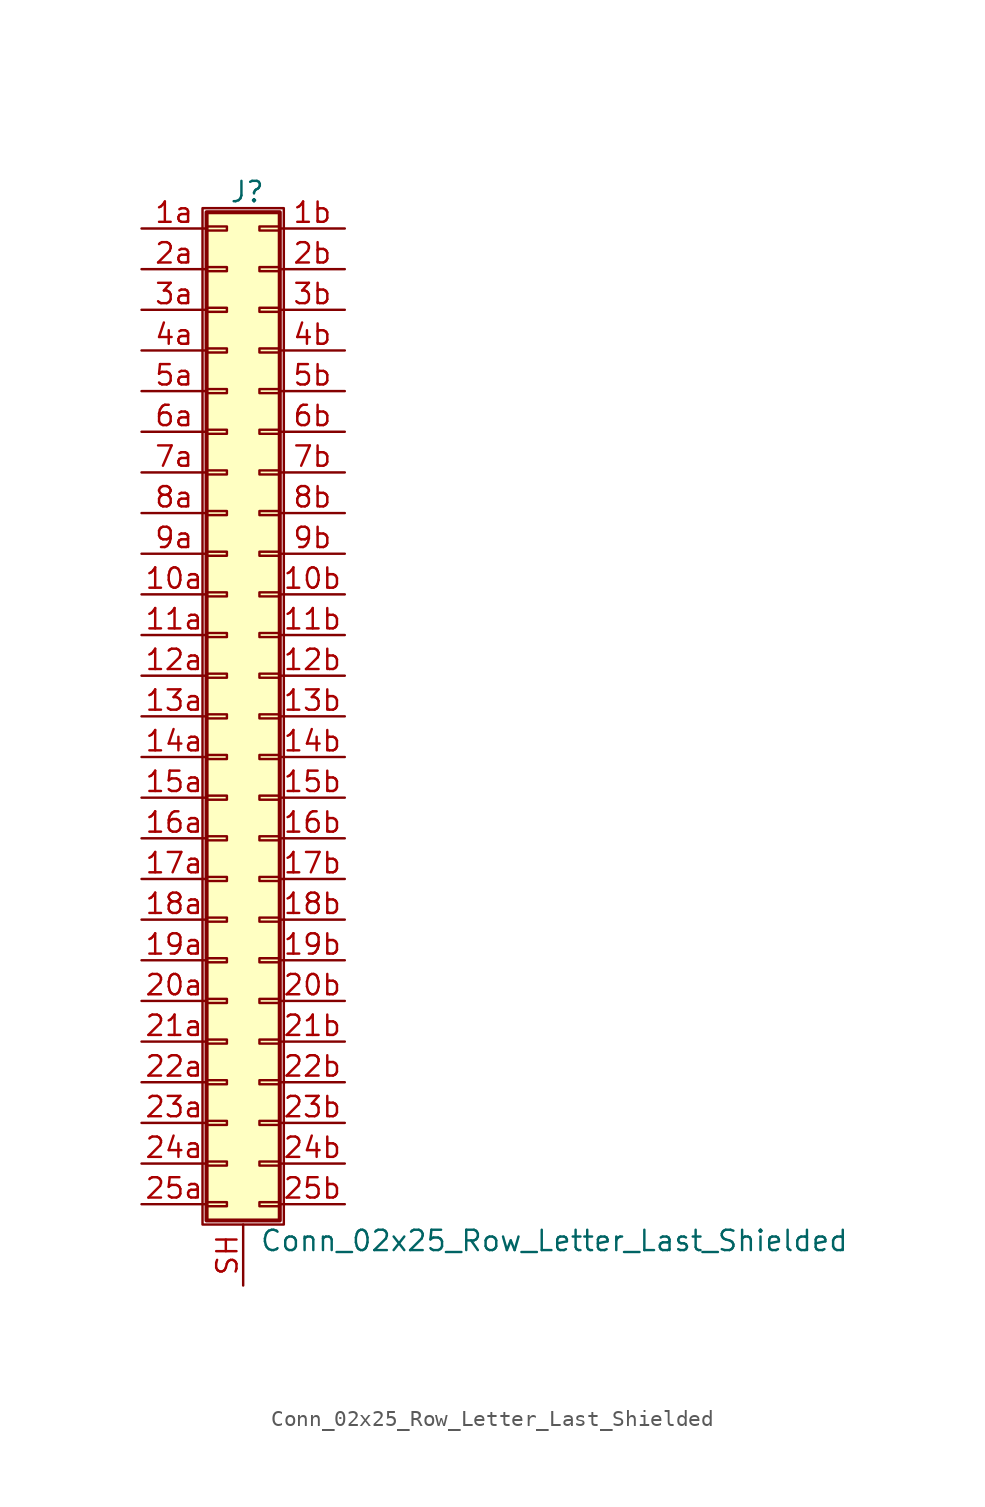
<source format=kicad_sym>
(kicad_symbol_lib
  (version 20201005)
  (generator kicad_symbol_editor)
  (symbol "Conn_02x25_Row_Letter_Last_Shielded"
    (pin_names
      (offset 1.016) hide)
    (property "Reference" "J"
      (at 1.524 32.766 0)
      (effects (font (size 1.27 1.27))))
    (property "Value" "Conn_02x25_Row_Letter_Last_Shielded"
      (at 2.286 -32.766 0)
      (effects (font (size 1.27 1.27)) (justify left)))
    (symbol "Conn_02x25_Row_Letter_Last_Shielded_1_1"
      (rectangle (start -1.27 31.75) (end 3.81 -31.75) (stroke (width 0.152)) (fill (type none)))
      (rectangle (start -1.016 -30.353) (end 0.254 -30.607) (stroke (width 0.152)) (fill (type none)))
      (rectangle (start -1.016 -27.813) (end 0.254 -28.067) (stroke (width 0.152)) (fill (type none)))
      (rectangle (start -1.016 -25.273) (end 0.254 -25.527) (stroke (width 0.152)) (fill (type none)))
      (rectangle (start -1.016 -22.733) (end 0.254 -22.987) (stroke (width 0.152)) (fill (type none)))
      (rectangle (start -1.016 -20.193) (end 0.254 -20.447) (stroke (width 0.152)) (fill (type none)))
      (rectangle (start -1.016 -17.653) (end 0.254 -17.907) (stroke (width 0.152)) (fill (type none)))
      (rectangle (start -1.016 -15.113) (end 0.254 -15.367) (stroke (width 0.152)) (fill (type none)))
      (rectangle (start -1.016 -12.573) (end 0.254 -12.827) (stroke (width 0.152)) (fill (type none)))
      (rectangle (start -1.016 -10.033) (end 0.254 -10.287) (stroke (width 0.152)) (fill (type none)))
      (rectangle (start -1.016 -7.493) (end 0.254 -7.747) (stroke (width 0.152)) (fill (type none)))
      (rectangle (start -1.016 -4.953) (end 0.254 -5.207) (stroke (width 0.152)) (fill (type none)))
      (rectangle (start -1.016 -2.413) (end 0.254 -2.667) (stroke (width 0.152)) (fill (type none)))
      (rectangle (start -1.016 0.127) (end 0.254 -0.127) (stroke (width 0.152)) (fill (type none)))
      (rectangle (start -1.016 2.667) (end 0.254 2.413) (stroke (width 0.152)) (fill (type none)))
      (rectangle (start -1.016 5.207) (end 0.254 4.953) (stroke (width 0.152)) (fill (type none)))
      (rectangle (start -1.016 7.747) (end 0.254 7.493) (stroke (width 0.152)) (fill (type none)))
      (rectangle (start -1.016 10.287) (end 0.254 10.033) (stroke (width 0.152)) (fill (type none)))
      (rectangle (start -1.016 12.827) (end 0.254 12.573) (stroke (width 0.152)) (fill (type none)))
      (rectangle (start -1.016 15.367) (end 0.254 15.113) (stroke (width 0.152)) (fill (type none)))
      (rectangle (start -1.016 17.907) (end 0.254 17.653) (stroke (width 0.152)) (fill (type none)))
      (rectangle (start -1.016 20.447) (end 0.254 20.193) (stroke (width 0.152)) (fill (type none)))
      (rectangle (start -1.016 22.987) (end 0.254 22.733) (stroke (width 0.152)) (fill (type none)))
      (rectangle (start -1.016 25.527) (end 0.254 25.273) (stroke (width 0.152)) (fill (type none)))
      (rectangle (start -1.016 28.067) (end 0.254 27.813) (stroke (width 0.152)) (fill (type none)))
      (rectangle (start -1.016 30.607) (end 0.254 30.353) (stroke (width 0.152)) (fill (type none)))
      (rectangle (start 3.556 -30.353) (end 2.286 -30.607) (stroke (width 0.152)) (fill (type none)))
      (rectangle (start 3.556 -27.813) (end 2.286 -28.067) (stroke (width 0.152)) (fill (type none)))
      (rectangle (start 3.556 -25.273) (end 2.286 -25.527) (stroke (width 0.152)) (fill (type none)))
      (rectangle (start 3.556 -22.733) (end 2.286 -22.987) (stroke (width 0.152)) (fill (type none)))
      (rectangle (start 3.556 -20.193) (end 2.286 -20.447) (stroke (width 0.152)) (fill (type none)))
      (rectangle (start 3.556 -17.653) (end 2.286 -17.907) (stroke (width 0.152)) (fill (type none)))
      (rectangle (start 3.556 -15.113) (end 2.286 -15.367) (stroke (width 0.152)) (fill (type none)))
      (rectangle (start 3.556 -12.573) (end 2.286 -12.827) (stroke (width 0.152)) (fill (type none)))
      (rectangle (start 3.556 -10.033) (end 2.286 -10.287) (stroke (width 0.152)) (fill (type none)))
      (rectangle (start 3.556 -7.493) (end 2.286 -7.747) (stroke (width 0.152)) (fill (type none)))
      (rectangle (start 3.556 -4.953) (end 2.286 -5.207) (stroke (width 0.152)) (fill (type none)))
      (rectangle (start 3.556 -2.413) (end 2.286 -2.667) (stroke (width 0.152)) (fill (type none)))
      (rectangle (start 3.556 0.127) (end 2.286 -0.127) (stroke (width 0.152)) (fill (type none)))
      (rectangle (start 3.556 2.667) (end 2.286 2.413) (stroke (width 0.152)) (fill (type none)))
      (rectangle (start 3.556 5.207) (end 2.286 4.953) (stroke (width 0.152)) (fill (type none)))
      (rectangle (start 3.556 7.747) (end 2.286 7.493) (stroke (width 0.152)) (fill (type none)))
      (rectangle (start 3.556 10.287) (end 2.286 10.033) (stroke (width 0.152)) (fill (type none)))
      (rectangle (start 3.556 12.827) (end 2.286 12.573) (stroke (width 0.152)) (fill (type none)))
      (rectangle (start 3.556 15.367) (end 2.286 15.113) (stroke (width 0.152)) (fill (type none)))
      (rectangle (start 3.556 17.907) (end 2.286 17.653) (stroke (width 0.152)) (fill (type none)))
      (rectangle (start 3.556 20.447) (end 2.286 20.193) (stroke (width 0.152)) (fill (type none)))
      (rectangle (start 3.556 22.987) (end 2.286 22.733) (stroke (width 0.152)) (fill (type none)))
      (rectangle (start 3.556 25.527) (end 2.286 25.273) (stroke (width 0.152)) (fill (type none)))
      (rectangle (start 3.556 28.067) (end 2.286 27.813) (stroke (width 0.152)) (fill (type none)))
      (rectangle (start 3.556 30.607) (end 2.286 30.353) (stroke (width 0.152)) (fill (type none)))
      (rectangle (start -1.016 31.496) (end 3.556 -31.496) (stroke (width 0.254)) (fill (type background)))
      (pin passive line (at -5.08 7.62 0) (length 4.064) (name "Pin_10a" (effects (font (size 1.27 1.27)))) (number "10a" (effects (font (size 1.27 1.27)))))
      (pin passive line (at 7.62 7.62 180) (length 4.064) (name "Pin_10b" (effects (font (size 1.27 1.27)))) (number "10b" (effects (font (size 1.27 1.27)))))
      (pin passive line (at -5.08 5.08 0) (length 4.064) (name "Pin_11a" (effects (font (size 1.27 1.27)))) (number "11a" (effects (font (size 1.27 1.27)))))
      (pin passive line (at 7.62 5.08 180) (length 4.064) (name "Pin_11b" (effects (font (size 1.27 1.27)))) (number "11b" (effects (font (size 1.27 1.27)))))
      (pin passive line (at -5.08 2.54 0) (length 4.064) (name "Pin_12a" (effects (font (size 1.27 1.27)))) (number "12a" (effects (font (size 1.27 1.27)))))
      (pin passive line (at 7.62 2.54 180) (length 4.064) (name "Pin_12b" (effects (font (size 1.27 1.27)))) (number "12b" (effects (font (size 1.27 1.27)))))
      (pin passive line (at -5.08 0 0) (length 4.064) (name "Pin_13a" (effects (font (size 1.27 1.27)))) (number "13a" (effects (font (size 1.27 1.27)))))
      (pin passive line (at 7.62 0 180) (length 4.064) (name "Pin_13b" (effects (font (size 1.27 1.27)))) (number "13b" (effects (font (size 1.27 1.27)))))
      (pin passive line (at -5.08 -2.54 0) (length 4.064) (name "Pin_14a" (effects (font (size 1.27 1.27)))) (number "14a" (effects (font (size 1.27 1.27)))))
      (pin passive line (at 7.62 -2.54 180) (length 4.064) (name "Pin_14b" (effects (font (size 1.27 1.27)))) (number "14b" (effects (font (size 1.27 1.27)))))
      (pin passive line (at -5.08 -5.08 0) (length 4.064) (name "Pin_15a" (effects (font (size 1.27 1.27)))) (number "15a" (effects (font (size 1.27 1.27)))))
      (pin passive line (at 7.62 -5.08 180) (length 4.064) (name "Pin_15b" (effects (font (size 1.27 1.27)))) (number "15b" (effects (font (size 1.27 1.27)))))
      (pin passive line (at -5.08 -7.62 0) (length 4.064) (name "Pin_16a" (effects (font (size 1.27 1.27)))) (number "16a" (effects (font (size 1.27 1.27)))))
      (pin passive line (at 7.62 -7.62 180) (length 4.064) (name "Pin_16b" (effects (font (size 1.27 1.27)))) (number "16b" (effects (font (size 1.27 1.27)))))
      (pin passive line (at -5.08 -10.16 0) (length 4.064) (name "Pin_17a" (effects (font (size 1.27 1.27)))) (number "17a" (effects (font (size 1.27 1.27)))))
      (pin passive line (at 7.62 -10.16 180) (length 4.064) (name "Pin_17b" (effects (font (size 1.27 1.27)))) (number "17b" (effects (font (size 1.27 1.27)))))
      (pin passive line (at -5.08 -12.7 0) (length 4.064) (name "Pin_18a" (effects (font (size 1.27 1.27)))) (number "18a" (effects (font (size 1.27 1.27)))))
      (pin passive line (at 7.62 -12.7 180) (length 4.064) (name "Pin_18b" (effects (font (size 1.27 1.27)))) (number "18b" (effects (font (size 1.27 1.27)))))
      (pin passive line (at -5.08 -15.24 0) (length 4.064) (name "Pin_19a" (effects (font (size 1.27 1.27)))) (number "19a" (effects (font (size 1.27 1.27)))))
      (pin passive line (at 7.62 -15.24 180) (length 4.064) (name "Pin_19b" (effects (font (size 1.27 1.27)))) (number "19b" (effects (font (size 1.27 1.27)))))
      (pin passive line (at -5.08 30.48 0) (length 4.064) (name "Pin_1a" (effects (font (size 1.27 1.27)))) (number "1a" (effects (font (size 1.27 1.27)))))
      (pin passive line (at 7.62 30.48 180) (length 4.064) (name "Pin_1b" (effects (font (size 1.27 1.27)))) (number "1b" (effects (font (size 1.27 1.27)))))
      (pin passive line (at -5.08 -17.78 0) (length 4.064) (name "Pin_20a" (effects (font (size 1.27 1.27)))) (number "20a" (effects (font (size 1.27 1.27)))))
      (pin passive line (at 7.62 -17.78 180) (length 4.064) (name "Pin_20b" (effects (font (size 1.27 1.27)))) (number "20b" (effects (font (size 1.27 1.27)))))
      (pin passive line (at -5.08 -20.32 0) (length 4.064) (name "Pin_21a" (effects (font (size 1.27 1.27)))) (number "21a" (effects (font (size 1.27 1.27)))))
      (pin passive line (at 7.62 -20.32 180) (length 4.064) (name "Pin_21b" (effects (font (size 1.27 1.27)))) (number "21b" (effects (font (size 1.27 1.27)))))
      (pin passive line (at -5.08 -22.86 0) (length 4.064) (name "Pin_22a" (effects (font (size 1.27 1.27)))) (number "22a" (effects (font (size 1.27 1.27)))))
      (pin passive line (at 7.62 -22.86 180) (length 4.064) (name "Pin_22b" (effects (font (size 1.27 1.27)))) (number "22b" (effects (font (size 1.27 1.27)))))
      (pin passive line (at -5.08 -25.4 0) (length 4.064) (name "Pin_23a" (effects (font (size 1.27 1.27)))) (number "23a" (effects (font (size 1.27 1.27)))))
      (pin passive line (at 7.62 -25.4 180) (length 4.064) (name "Pin_23b" (effects (font (size 1.27 1.27)))) (number "23b" (effects (font (size 1.27 1.27)))))
      (pin passive line (at -5.08 -27.94 0) (length 4.064) (name "Pin_24a" (effects (font (size 1.27 1.27)))) (number "24a" (effects (font (size 1.27 1.27)))))
      (pin passive line (at 7.62 -27.94 180) (length 4.064) (name "Pin_24b" (effects (font (size 1.27 1.27)))) (number "24b" (effects (font (size 1.27 1.27)))))
      (pin passive line (at -5.08 -30.48 0) (length 4.064) (name "Pin_25a" (effects (font (size 1.27 1.27)))) (number "25a" (effects (font (size 1.27 1.27)))))
      (pin passive line (at 7.62 -30.48 180) (length 4.064) (name "Pin_25b" (effects (font (size 1.27 1.27)))) (number "25b" (effects (font (size 1.27 1.27)))))
      (pin passive line (at -5.08 27.94 0) (length 4.064) (name "Pin_2a" (effects (font (size 1.27 1.27)))) (number "2a" (effects (font (size 1.27 1.27)))))
      (pin passive line (at 7.62 27.94 180) (length 4.064) (name "Pin_2b" (effects (font (size 1.27 1.27)))) (number "2b" (effects (font (size 1.27 1.27)))))
      (pin passive line (at -5.08 25.4 0) (length 4.064) (name "Pin_3a" (effects (font (size 1.27 1.27)))) (number "3a" (effects (font (size 1.27 1.27)))))
      (pin passive line (at 7.62 25.4 180) (length 4.064) (name "Pin_3b" (effects (font (size 1.27 1.27)))) (number "3b" (effects (font (size 1.27 1.27)))))
      (pin passive line (at -5.08 22.86 0) (length 4.064) (name "Pin_4a" (effects (font (size 1.27 1.27)))) (number "4a" (effects (font (size 1.27 1.27)))))
      (pin passive line (at 7.62 22.86 180) (length 4.064) (name "Pin_4b" (effects (font (size 1.27 1.27)))) (number "4b" (effects (font (size 1.27 1.27)))))
      (pin passive line (at -5.08 20.32 0) (length 4.064) (name "Pin_5a" (effects (font (size 1.27 1.27)))) (number "5a" (effects (font (size 1.27 1.27)))))
      (pin passive line (at 7.62 20.32 180) (length 4.064) (name "Pin_5b" (effects (font (size 1.27 1.27)))) (number "5b" (effects (font (size 1.27 1.27)))))
      (pin passive line (at -5.08 17.78 0) (length 4.064) (name "Pin_6a" (effects (font (size 1.27 1.27)))) (number "6a" (effects (font (size 1.27 1.27)))))
      (pin passive line (at 7.62 17.78 180) (length 4.064) (name "Pin_6b" (effects (font (size 1.27 1.27)))) (number "6b" (effects (font (size 1.27 1.27)))))
      (pin passive line (at -5.08 15.24 0) (length 4.064) (name "Pin_7a" (effects (font (size 1.27 1.27)))) (number "7a" (effects (font (size 1.27 1.27)))))
      (pin passive line (at 7.62 15.24 180) (length 4.064) (name "Pin_7b" (effects (font (size 1.27 1.27)))) (number "7b" (effects (font (size 1.27 1.27)))))
      (pin passive line (at -5.08 12.7 0) (length 4.064) (name "Pin_8a" (effects (font (size 1.27 1.27)))) (number "8a" (effects (font (size 1.27 1.27)))))
      (pin passive line (at 7.62 12.7 180) (length 4.064) (name "Pin_8b" (effects (font (size 1.27 1.27)))) (number "8b" (effects (font (size 1.27 1.27)))))
      (pin passive line (at -5.08 10.16 0) (length 4.064) (name "Pin_9a" (effects (font (size 1.27 1.27)))) (number "9a" (effects (font (size 1.27 1.27)))))
      (pin passive line (at 7.62 10.16 180) (length 4.064) (name "Pin_9b" (effects (font (size 1.27 1.27)))) (number "9b" (effects (font (size 1.27 1.27)))))
      (pin passive line (at 1.27 -35.56 90) (length 3.81) (name "Shield" (effects (font (size 1.27 1.27)))) (number "SH" (effects (font (size 1.27 1.27))))))))
</source>
